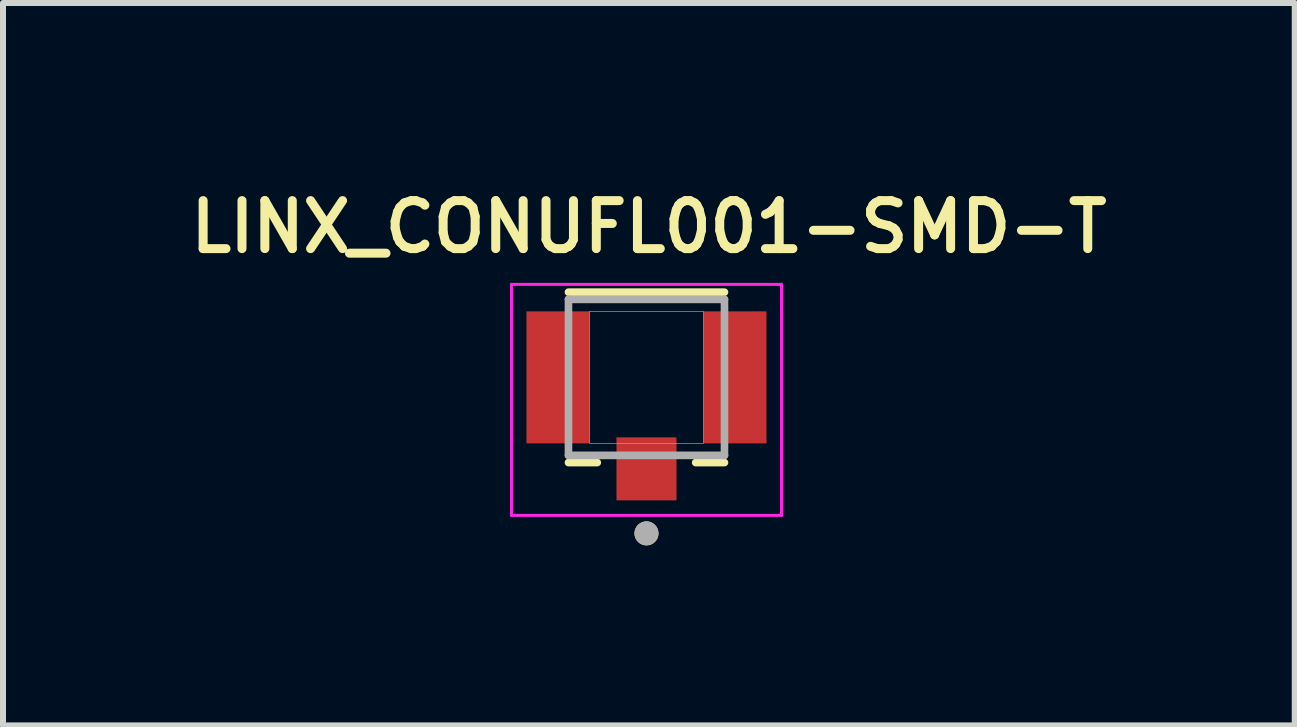
<source format=kicad_pcb>
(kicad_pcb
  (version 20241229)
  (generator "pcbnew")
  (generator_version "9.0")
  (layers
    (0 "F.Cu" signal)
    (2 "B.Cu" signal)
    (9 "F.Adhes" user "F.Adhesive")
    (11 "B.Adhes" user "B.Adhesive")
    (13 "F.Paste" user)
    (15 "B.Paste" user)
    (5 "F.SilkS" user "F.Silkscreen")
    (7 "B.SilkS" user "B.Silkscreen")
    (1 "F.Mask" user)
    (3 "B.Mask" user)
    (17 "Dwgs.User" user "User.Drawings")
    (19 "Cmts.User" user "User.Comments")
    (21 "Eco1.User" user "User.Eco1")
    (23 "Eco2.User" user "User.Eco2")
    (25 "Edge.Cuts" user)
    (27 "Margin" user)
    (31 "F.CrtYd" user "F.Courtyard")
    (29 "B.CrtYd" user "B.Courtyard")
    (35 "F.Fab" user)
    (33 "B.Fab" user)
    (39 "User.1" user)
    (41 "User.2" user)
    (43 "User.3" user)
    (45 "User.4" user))
  (footprint "LINX_CONUFL001-SMD-T"
    (layer "F.Cu")
    (at 7.724 3.239)
    (property "Reference" "LINX_CONUFL001-SMD-T" (at 0.04 -2.508 0) (layer "F.SilkS") (effects (font (size 0.8 0.8) (thickness 0.15))))
    (attr through_hole)
    (fp_line (start -1.3 -1.42) (end 1.3 -1.42) (stroke (width 0.127) (type solid)) (layer "F.SilkS"))
    (fp_line (start -0.82 1.42) (end -1.3 1.42) (stroke (width 0.127) (type solid)) (layer "F.SilkS"))
    (fp_line (start 0.82 1.42) (end 1.3 1.42) (stroke (width 0.127) (type solid)) (layer "F.SilkS"))
    (fp_circle (center 0 2.6) (end 0.1 2.6) (stroke (width 0.2) (type solid)) (fill no) (layer "F.SilkS"))
    (fp_line (start -2.25 -1.55) (end 2.25 -1.55) (stroke (width 0.05) (type solid)) (layer "F.CrtYd"))
    (fp_line (start -2.25 2.3) (end -2.25 -1.55) (stroke (width 0.05) (type solid)) (layer "F.CrtYd"))
    (fp_line (start 2.25 -1.55) (end 2.25 2.3) (stroke (width 0.05) (type solid)) (layer "F.CrtYd"))
    (fp_line (start 2.25 2.3) (end -2.25 2.3) (stroke (width 0.05) (type solid)) (layer "F.CrtYd"))
    (fp_line (start -1.3 -1.3) (end 1.3 -1.3) (stroke (width 0.127) (type solid)) (layer "F.Fab"))
    (fp_line (start -1.3 1.3) (end -1.3 -1.3) (stroke (width 0.127) (type solid)) (layer "F.Fab"))
    (fp_line (start 1.3 -1.3) (end 1.3 1.3) (stroke (width 0.127) (type solid)) (layer "F.Fab"))
    (fp_line (start 1.3 1.3) (end -1.3 1.3) (stroke (width 0.127) (type solid)) (layer "F.Fab"))
    (fp_circle (center 0 2.6) (end 0.1 2.6) (stroke (width 0.2) (type solid)) (fill no) (layer "F.Fab"))
    (fp_poly (pts (xy -0.95 -1.1) (xy 0.95 -1.1) (xy 0.95 1.1) (xy -0.95 1.1)) (stroke (width 0.01) (type solid)) (fill no) (layer "F.Fab"))
    (pad "1" smd rect (at 0 1.525) (size 1 1.05) (layers "F.Cu" "F.Mask" "F.Paste"))
    (pad "2" smd rect (at -1.475 0) (size 1.05 2.2) (layers "F.Cu" "F.Mask" "F.Paste"))
    (pad "3" smd rect (at 1.475 0) (size 1.05 2.2) (layers "F.Cu" "F.Mask" "F.Paste")))
  (gr_rect
    (start -3 -3)
    (end 18.528 9.039)
    (stroke (width 0.1) (type default))
    (fill no)
    (layer "Edge.Cuts")))
</source>
